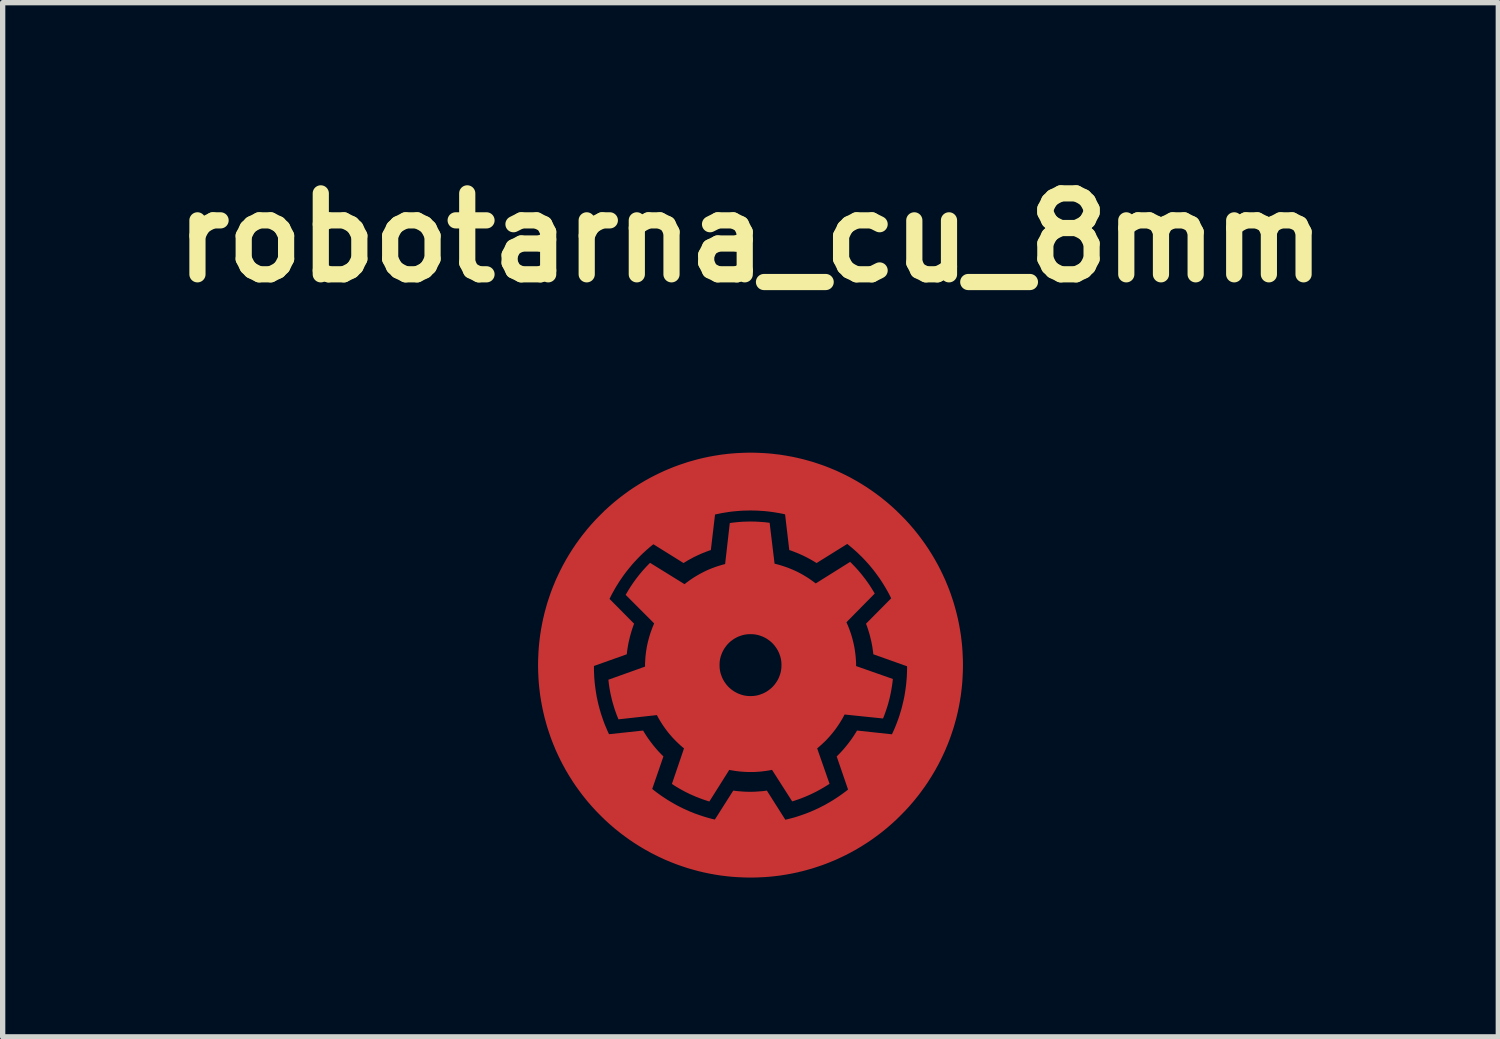
<source format=kicad_pcb>
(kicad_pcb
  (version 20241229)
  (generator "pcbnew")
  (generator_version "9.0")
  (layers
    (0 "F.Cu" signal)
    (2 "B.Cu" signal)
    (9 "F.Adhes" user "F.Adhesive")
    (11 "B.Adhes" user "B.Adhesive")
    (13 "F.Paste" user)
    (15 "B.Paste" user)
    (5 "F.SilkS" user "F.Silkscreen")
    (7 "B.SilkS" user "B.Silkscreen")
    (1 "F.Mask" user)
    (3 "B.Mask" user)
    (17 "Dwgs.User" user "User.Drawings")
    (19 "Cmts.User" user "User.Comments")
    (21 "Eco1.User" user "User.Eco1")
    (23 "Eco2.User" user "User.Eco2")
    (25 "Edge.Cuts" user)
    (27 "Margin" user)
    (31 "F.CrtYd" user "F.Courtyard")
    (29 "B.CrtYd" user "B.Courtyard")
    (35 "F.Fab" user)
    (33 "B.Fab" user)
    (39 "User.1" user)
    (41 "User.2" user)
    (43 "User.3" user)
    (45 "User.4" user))
  (footprint "robotarna_cu_8mm"
    (layer "F.Cu")
    (at 11.082 9.474)
    (property "Reference" "robotarna_cu_8mm" (at 0 -8.048 0) (layer "F.SilkS") (effects (font (size 1.524 1.524) (thickness 0.305))))
    (attr smd)
    (fp_poly (pts (xy -0.000007 0.583) (xy -2.645 0.491) (xy -2.637 0.533) (xy -2.628 0.575) (xy -2.618 0.617) (xy -2.608 0.659) (xy -2.597 0.7) (xy -2.585 0.741) (xy -2.573 0.782) (xy -2.56 0.823) (xy -2.547 0.863) (xy -2.532 0.903) (xy -2.518 0.943) (xy -2.502 0.982) (xy -2.487 1.021) (xy -1.763 0.941) (xy -1.743 0.979) (xy -1.722 1.016) (xy -1.7 1.053) (xy -1.677 1.09) (xy -1.654 1.126) (xy -1.63 1.161) (xy -1.605 1.196) (xy -1.579 1.231) (xy -1.553 1.265) (xy -1.526 1.298) (xy -1.498 1.33) (xy -1.47 1.362) (xy -1.44 1.394) (xy -1.411 1.424) (xy -1.38 1.454) (xy -1.349 1.484) (xy -1.317 1.513) (xy -1.285 1.541) (xy -1.252 1.568) (xy -1.48 2.238) (xy -1.444 2.261) (xy -1.408 2.284) (xy -1.371 2.306) (xy -1.334 2.328) (xy -1.296 2.349) (xy -1.258 2.37) (xy -1.22 2.39) (xy -1.181 2.409) (xy -1.142 2.428) (xy -1.102 2.446) (xy -1.063 2.463) (xy -1.023 2.48) (xy -0.982 2.496) (xy -0.941 2.512) (xy -0.9 2.527) (xy -0.859 2.541) (xy -0.817 2.555) (xy -0.775 2.568) (xy -0.4 1.973) (xy -0.357 1.981) (xy -0.314 1.988) (xy -0.27 1.995) (xy -0.226 2) (xy -0.182 2.005) (xy -0.137 2.008) (xy -0.092 2.011) (xy -0.047 2.013) (xy -0.001 2.013) (xy 0.04 2.013) (xy 0.082 2.012) (xy 0.123 2.009) (xy 0.164 2.007) (xy 0.205 2.003) (xy 0.245 1.998) (xy 0.286 1.993) (xy 0.326 1.987) (xy 0.365 1.98) (xy 0.405 1.972) (xy 0.785 2.566) (xy 0.827 2.553) (xy 0.868 2.539) (xy 0.909 2.525) (xy 0.95 2.51) (xy 0.991 2.494) (xy 1.031 2.478) (xy 1.071 2.461) (xy 1.111 2.443) (xy 1.15 2.425) (xy 1.189 2.406) (xy 1.228 2.387) (xy 1.266 2.367) (xy 1.304 2.346) (xy 1.341 2.325) (xy 1.378 2.303) (xy 1.415 2.281) (xy 1.452 2.258) (xy 1.488 2.235) (xy 1.255 1.568) (xy 1.288 1.54) (xy 1.321 1.511) (xy 1.353 1.482) (xy 1.385 1.452) (xy 1.416 1.422) (xy 1.446 1.39) (xy 1.475 1.359) (xy 1.504 1.326) (xy 1.532 1.293) (xy 1.559 1.259) (xy 1.586 1.225) (xy 1.612 1.19) (xy 1.637 1.154) (xy 1.661 1.118) (xy 1.685 1.082) (xy 1.708 1.044) (xy 1.73 1.007) (xy 1.751 0.968) (xy 1.771 0.93) (xy 2.495 1.005) (xy 2.511 0.966) (xy 2.526 0.927) (xy 2.54 0.887) (xy 2.554 0.847) (xy 2.567 0.807) (xy 2.58 0.767) (xy 2.592 0.726) (xy 2.603 0.685) (xy 2.614 0.643) (xy 2.624 0.602) (xy 2.633 0.56) (xy 2.642 0.518) (xy 2.65 0.476) (xy 2.657 0.433) (xy 2.664 0.391) (xy 2.67 0.348) (xy 2.676 0.305) (xy 2.68 0.261) (xy 1.988 0.018) (xy 1.988 -0.028) (xy 1.986 -0.074) (xy 1.983 -0.12) (xy 1.979 -0.166) (xy 1.974 -0.211) (xy 1.968 -0.256) (xy 1.962 -0.3) (xy 1.954 -0.345) (xy 1.945 -0.389) (xy 1.935 -0.432) (xy 1.924 -0.475) (xy 1.913 -0.518) (xy 1.9 -0.561) (xy 1.887 -0.603) (xy 1.872 -0.644) (xy 1.857 -0.686) (xy 1.841 -0.726) (xy 1.824 -0.767) (xy 1.806 -0.807) (xy 2.339 -1.348) (xy 2.316 -1.387) (xy 2.293 -1.425) (xy 2.269 -1.463) (xy 2.245 -1.5) (xy 2.22 -1.537) (xy 2.194 -1.574) (xy 2.168 -1.61) (xy 2.141 -1.645) (xy 2.114 -1.68) (xy 2.086 -1.715) (xy 2.058 -1.749) (xy 2.029 -1.783) (xy 1.999 -1.816) (xy 1.969 -1.849) (xy 1.938 -1.881) (xy 1.907 -1.913) (xy 1.876 -1.944) (xy 1.228 -1.538) (xy 1.194 -1.564) (xy 1.159 -1.589) (xy 1.124 -1.614) (xy 1.089 -1.638) (xy 1.052 -1.661) (xy 1.016 -1.683) (xy 0.979 -1.705) (xy 0.941 -1.726) (xy 0.903 -1.746) (xy 0.864 -1.765) (xy 0.825 -1.783) (xy 0.785 -1.801) (xy 0.745 -1.817) (xy 0.705 -1.833) (xy 0.664 -1.848) (xy 0.622 -1.862) (xy 0.581 -1.875) (xy 0.539 -1.888) (xy 0.496 -1.899) (xy 0.453 -1.91) (xy 0.36 -2.68) (xy 0.316 -2.685) (xy 0.272 -2.69) (xy 0.228 -2.694) (xy 0.184 -2.697) (xy 0.139 -2.7) (xy 0.095 -2.702) (xy 0.05 -2.703) (xy 0.005 -2.704) (xy -0.04 -2.703) (xy -0.084 -2.702) (xy -0.129 -2.701) (xy -0.173 -2.698) (xy -0.217 -2.695) (xy -0.26 -2.691) (xy -0.304 -2.686) (xy -0.347 -2.681) (xy -0.39 -2.675) (xy -0.478 -1.903) (xy -0.52 -1.892) (xy -0.562 -1.88) (xy -0.604 -1.867) (xy -0.645 -1.854) (xy -0.686 -1.839) (xy -0.726 -1.824) (xy -0.766 -1.808) (xy -0.806 -1.791) (xy -0.845 -1.773) (xy -0.883 -1.754) (xy -0.922 -1.734) (xy -0.959 -1.714) (xy -0.996 -1.693) (xy -1.033 -1.671) (xy -1.069 -1.649) (xy -1.105 -1.625) (xy -1.14 -1.601) (xy -1.175 -1.576) (xy -1.209 -1.551) (xy -1.242 -1.524) (xy -1.892 -1.926) (xy -1.923 -1.894) (xy -1.954 -1.862) (xy -1.985 -1.829) (xy -2.015 -1.796) (xy -2.044 -1.763) (xy -2.073 -1.728) (xy -2.101 -1.694) (xy -2.128 -1.659) (xy -2.156 -1.623) (xy -2.182 -1.587) (xy -2.208 -1.551) (xy -2.233 -1.514) (xy -2.258 -1.477) (xy -2.282 -1.439) (xy -2.305 -1.401) (xy -2.328 -1.362) (xy -2.351 -1.323) (xy -1.814 -0.785) (xy -1.831 -0.746) (xy -1.847 -0.706) (xy -1.862 -0.666) (xy -1.877 -0.626) (xy -1.89 -0.585) (xy -1.903 -0.544) (xy -1.915 -0.502) (xy -1.926 -0.46) (xy -1.936 -0.418) (xy -1.946 -0.375) (xy -1.954 -0.332) (xy -1.961 -0.288) (xy -1.968 -0.245) (xy -1.973 -0.201) (xy -1.978 -0.157) (xy -1.981 -0.112) (xy -1.984 -0.067) (xy -1.986 -0.022) (xy -1.986 0.023) (xy -1.986 0.028) (xy -2.676 0.275) (xy -2.671 0.319) (xy -2.666 0.362) (xy -2.66 0.405) (xy -2.653 0.448) (xy -2.645 0.491) (xy -0.000007 0.583) (xy -0.042 0.582) (xy -0.083 0.578) (xy -0.123 0.571) (xy -0.162 0.561) (xy -0.199 0.548) (xy -0.236 0.534) (xy -0.272 0.516) (xy -0.306 0.497) (xy -0.338 0.475) (xy -0.369 0.452) (xy -0.399 0.426) (xy -0.426 0.399) (xy -0.452 0.369) (xy -0.475 0.338) (xy -0.497 0.306) (xy -0.516 0.272) (xy -0.534 0.236) (xy -0.548 0.199) (xy -0.561 0.162) (xy -0.571 0.123) (xy -0.578 0.083) (xy -0.582 0.042) (xy -0.583 0.000013) (xy -0.582 -0.042) (xy -0.578 -0.083) (xy -0.571 -0.123) (xy -0.561 -0.162) (xy -0.548 -0.199) (xy -0.534 -0.236) (xy -0.516 -0.272) (xy -0.497 -0.306) (xy -0.475 -0.338) (xy -0.452 -0.369) (xy -0.426 -0.399) (xy -0.399 -0.426) (xy -0.369 -0.452) (xy -0.338 -0.475) (xy -0.306 -0.497) (xy -0.272 -0.516) (xy -0.236 -0.534) (xy -0.199 -0.548) (xy -0.162 -0.561) (xy -0.123 -0.571) (xy -0.083 -0.578) (xy -0.042 -0.582) (xy -0.000007 -0.583) (xy 0.042 -0.582) (xy 0.083 -0.578) (xy 0.123 -0.571) (xy 0.162 -0.561) (xy 0.199 -0.548) (xy 0.236 -0.534) (xy 0.272 -0.516) (xy 0.306 -0.497) (xy 0.338 -0.475) (xy 0.369 -0.452) (xy 0.399 -0.426) (xy 0.426 -0.399) (xy 0.452 -0.369) (xy 0.475 -0.338) (xy 0.497 -0.306) (xy 0.516 -0.272) (xy 0.534 -0.236) (xy 0.548 -0.199) (xy 0.561 -0.162) (xy 0.571 -0.123) (xy 0.578 -0.083) (xy 0.582 -0.042) (xy 0.583 0.000013) (xy 0.582 0.042) (xy 0.578 0.083) (xy 0.571 0.123) (xy 0.561 0.162) (xy 0.548 0.199) (xy 0.534 0.236) (xy 0.516 0.272) (xy 0.497 0.306) (xy 0.475 0.338) (xy 0.452 0.369) (xy 0.426 0.399) (xy 0.399 0.426) (xy 0.369 0.452) (xy 0.338 0.475) (xy 0.306 0.497) (xy 0.272 0.516) (xy 0.236 0.534) (xy 0.199 0.548) (xy 0.162 0.561) (xy 0.123 0.571) (xy 0.083 0.578) (xy 0.042 0.582) (xy -0.000007 0.583)) (stroke (width 0) (type solid)) (fill yes) (layer "F.Cu"))
    (fp_poly (pts (xy 2.663 1.303) (xy 0.591 3.957) (xy 0.632 3.95) (xy 0.673 3.944) (xy 0.714 3.936) (xy 0.755 3.929) (xy 0.796 3.921) (xy 0.837 3.912) (xy 0.877 3.904) (xy 0.917 3.894) (xy 0.957 3.885) (xy 0.997 3.875) (xy 1.037 3.864) (xy 1.077 3.853) (xy 1.116 3.842) (xy 1.155 3.831) (xy 1.194 3.819) (xy 1.233 3.806) (xy 1.272 3.793) (xy 1.311 3.78) (xy 1.349 3.767) (xy 1.387 3.753) (xy 1.425 3.739) (xy 1.463 3.724) (xy 1.501 3.709) (xy 1.538 3.693) (xy 1.576 3.678) (xy 1.613 3.662) (xy 1.65 3.645) (xy 1.686 3.628) (xy 1.723 3.611) (xy 1.759 3.593) (xy 1.795 3.576) (xy 1.831 3.557) (xy 1.867 3.539) (xy 1.902 3.52) (xy 1.937 3.5) (xy 1.972 3.481) (xy 2.007 3.461) (xy 2.042 3.44) (xy 2.076 3.42) (xy 2.11 3.399) (xy 2.144 3.377) (xy 2.178 3.356) (xy 2.211 3.334) (xy 2.245 3.311) (xy 2.278 3.289) (xy 2.31 3.266) (xy 2.343 3.242) (xy 2.375 3.219) (xy 2.407 3.195) (xy 2.439 3.171) (xy 2.471 3.146) (xy 2.502 3.121) (xy 2.533 3.096) (xy 2.564 3.071) (xy 2.594 3.045) (xy 2.624 3.019) (xy 2.654 2.993) (xy 2.684 2.966) (xy 2.713 2.939) (xy 2.743 2.912) (xy 2.771 2.884) (xy 2.8 2.856) (xy 2.828 2.828) (xy 2.856 2.8) (xy 2.884 2.771) (xy 2.912 2.743) (xy 2.939 2.713) (xy 2.966 2.684) (xy 2.993 2.654) (xy 3.019 2.624) (xy 3.045 2.594) (xy 3.071 2.564) (xy 3.096 2.533) (xy 3.121 2.502) (xy 3.146 2.471) (xy 3.171 2.439) (xy 3.195 2.407) (xy 3.219 2.375) (xy 3.242 2.343) (xy 3.266 2.31) (xy 3.289 2.278) (xy 3.311 2.245) (xy 3.334 2.212) (xy 3.356 2.178) (xy 3.377 2.144) (xy 3.399 2.11) (xy 3.42 2.076) (xy 3.44 2.042) (xy 3.461 2.007) (xy 3.481 1.973) (xy 3.5 1.937) (xy 3.52 1.902) (xy 3.539 1.867) (xy 3.557 1.831) (xy 3.576 1.795) (xy 3.593 1.759) (xy 3.611 1.723) (xy 3.628 1.686) (xy 3.645 1.65) (xy 3.662 1.613) (xy 3.678 1.576) (xy 3.693 1.538) (xy 3.709 1.501) (xy 3.724 1.463) (xy 3.739 1.425) (xy 3.753 1.387) (xy 3.767 1.349) (xy 3.78 1.311) (xy 3.793 1.272) (xy 3.806 1.233) (xy 3.819 1.194) (xy 3.831 1.155) (xy 3.842 1.116) (xy 3.853 1.077) (xy 3.864 1.037) (xy 3.875 0.997) (xy 3.885 0.957) (xy 3.894 0.917) (xy 3.904 0.877) (xy 3.912 0.837) (xy 3.921 0.796) (xy 3.929 0.755) (xy 3.936 0.714) (xy 3.944 0.673) (xy 3.95 0.632) (xy 3.957 0.591) (xy 3.963 0.55) (xy 3.968 0.508) (xy 3.973 0.466) (xy 3.978 0.425) (xy 3.982 0.383) (xy 3.986 0.341) (xy 3.989 0.299) (xy 3.992 0.256) (xy 3.994 0.214) (xy 3.996 0.171) (xy 3.998 0.129) (xy 3.999 0.086) (xy 4 0.043) (xy 4 0.000011) (xy 4 -0.043) (xy 3.999 -0.086) (xy 3.998 -0.129) (xy 3.996 -0.171) (xy 3.994 -0.214) (xy 3.992 -0.256) (xy 3.989 -0.299) (xy 3.986 -0.341) (xy 3.982 -0.383) (xy 3.978 -0.425) (xy 3.973 -0.466) (xy 3.968 -0.508) (xy 3.963 -0.55) (xy 3.957 -0.591) (xy 3.95 -0.632) (xy 3.944 -0.673) (xy 3.936 -0.714) (xy 3.929 -0.755) (xy 3.921 -0.796) (xy 3.912 -0.837) (xy 3.904 -0.877) (xy 3.894 -0.917) (xy 3.885 -0.957) (xy 3.875 -0.997) (xy 3.864 -1.037) (xy 3.853 -1.077) (xy 3.842 -1.116) (xy 3.831 -1.155) (xy 3.819 -1.194) (xy 3.806 -1.233) (xy 3.793 -1.272) (xy 3.78 -1.311) (xy 3.767 -1.349) (xy 3.753 -1.387) (xy 3.739 -1.425) (xy 3.724 -1.463) (xy 3.709 -1.501) (xy 3.693 -1.538) (xy 3.678 -1.576) (xy 3.662 -1.613) (xy 3.645 -1.65) (xy 3.628 -1.686) (xy 3.611 -1.723) (xy 3.593 -1.759) (xy 3.576 -1.795) (xy 3.557 -1.831) (xy 3.539 -1.867) (xy 3.52 -1.902) (xy 3.5 -1.937) (xy 3.481 -1.972) (xy 3.461 -2.007) (xy 3.44 -2.042) (xy 3.42 -2.076) (xy 3.399 -2.11) (xy 3.377 -2.144) (xy 3.356 -2.178) (xy 3.334 -2.211) (xy 3.311 -2.245) (xy 3.289 -2.278) (xy 3.266 -2.31) (xy 3.242 -2.343) (xy 3.219 -2.375) (xy 3.195 -2.407) (xy 3.171 -2.439) (xy 3.146 -2.471) (xy 3.121 -2.502) (xy 3.096 -2.533) (xy 3.071 -2.564) (xy 3.045 -2.594) (xy 3.019 -2.624) (xy 2.993 -2.654) (xy 2.966 -2.684) (xy 2.939 -2.713) (xy 2.912 -2.743) (xy 2.884 -2.771) (xy 2.856 -2.8) (xy 2.828 -2.828) (xy 2.8 -2.856) (xy 2.771 -2.884) (xy 2.743 -2.912) (xy 2.713 -2.939) (xy 2.684 -2.966) (xy 2.654 -2.993) (xy 2.624 -3.019) (xy 2.594 -3.045) (xy 2.564 -3.071) (xy 2.533 -3.096) (xy 2.502 -3.121) (xy 2.471 -3.146) (xy 2.439 -3.171) (xy 2.407 -3.195) (xy 2.375 -3.219) (xy 2.343 -3.242) (xy 2.31 -3.266) (xy 2.278 -3.289) (xy 2.245 -3.311) (xy 2.211 -3.334) (xy 2.178 -3.356) (xy 2.144 -3.377) (xy 2.11 -3.399) (xy 2.076 -3.42) (xy 2.042 -3.44) (xy 2.007 -3.461) (xy 1.972 -3.481) (xy 1.937 -3.5) (xy 1.902 -3.52) (xy 1.867 -3.539) (xy 1.831 -3.557) (xy 1.795 -3.576) (xy 1.759 -3.593) (xy 1.723 -3.611) (xy 1.686 -3.628) (xy 1.65 -3.645) (xy 1.613 -3.662) (xy 1.576 -3.678) (xy 1.538 -3.693) (xy 1.501 -3.709) (xy 1.463 -3.724) (xy 1.425 -3.739) (xy 1.387 -3.753) (xy 1.349 -3.767) (xy 1.311 -3.78) (xy 1.272 -3.793) (xy 1.233 -3.806) (xy 1.194 -3.819) (xy 1.155 -3.831) (xy 1.116 -3.842) (xy 1.077 -3.853) (xy 1.037 -3.864) (xy 0.997 -3.875) (xy 0.957 -3.885) (xy 0.917 -3.894) (xy 0.877 -3.904) (xy 0.837 -3.912) (xy 0.796 -3.921) (xy 0.755 -3.929) (xy 0.714 -3.936) (xy 0.673 -3.944) (xy 0.632 -3.95) (xy 0.591 -3.957) (xy 0.55 -3.963) (xy 0.508 -3.968) (xy 0.466 -3.973) (xy 0.425 -3.978) (xy 0.383 -3.982) (xy 0.341 -3.986) (xy 0.299 -3.989) (xy 0.256 -3.992) (xy 0.214 -3.994) (xy 0.171 -3.996) (xy 0.129 -3.998) (xy 0.086 -3.999) (xy 0.043 -4) (xy -0.000011 -4) (xy -0.043 -4) (xy -0.086 -3.999) (xy -0.129 -3.998) (xy -0.171 -3.996) (xy -0.214 -3.994) (xy -0.256 -3.992) (xy -0.299 -3.989) (xy -0.341 -3.986) (xy -0.383 -3.982) (xy -0.425 -3.978) (xy -0.466 -3.973) (xy -0.508 -3.968) (xy -0.55 -3.963) (xy -0.591 -3.957) (xy -0.632 -3.95) (xy -0.673 -3.944) (xy -0.714 -3.936) (xy -0.755 -3.929) (xy -0.796 -3.921) (xy -0.837 -3.912) (xy -0.877 -3.904) (xy -0.917 -3.894) (xy -0.957 -3.885) (xy -0.997 -3.875) (xy -1.037 -3.864) (xy -1.077 -3.853) (xy -1.116 -3.842) (xy -1.155 -3.831) (xy -1.194 -3.819) (xy -1.233 -3.806) (xy -1.272 -3.793) (xy -1.311 -3.78) (xy -1.349 -3.767) (xy -1.387 -3.753) (xy -1.425 -3.739) (xy -1.463 -3.724) (xy -1.501 -3.709) (xy -1.538 -3.693) (xy -1.576 -3.678) (xy -1.613 -3.662) (xy -1.65 -3.645) (xy -1.686 -3.628) (xy -1.723 -3.611) (xy -1.759 -3.593) (xy -1.795 -3.576) (xy -1.831 -3.557) (xy -1.867 -3.539) (xy -1.902 -3.52) (xy -1.937 -3.5) (xy -1.973 -3.481) (xy -2.007 -3.461) (xy -2.042 -3.44) (xy -2.076 -3.42) (xy -2.11 -3.399) (xy -2.144 -3.377) (xy -2.178 -3.356) (xy -2.212 -3.334) (xy -2.245 -3.311) (xy -2.278 -3.289) (xy -2.31 -3.266) (xy -2.343 -3.242) (xy -2.375 -3.219) (xy -2.407 -3.195) (xy -2.439 -3.171) (xy -2.471 -3.146) (xy -2.502 -3.121) (xy -2.533 -3.096) (xy -2.564 -3.071) (xy -2.594 -3.045) (xy -2.624 -3.019) (xy -2.654 -2.993) (xy -2.684 -2.966) (xy -2.713 -2.939) (xy -2.743 -2.912) (xy -2.771 -2.884) (xy -2.8 -2.856) (xy -2.828 -2.828) (xy -2.856 -2.8) (xy -2.884 -2.771) (xy -2.912 -2.743) (xy -2.939 -2.713) (xy -2.966 -2.684) (xy -2.993 -2.654) (xy -3.019 -2.624) (xy -3.045 -2.594) (xy -3.071 -2.564) (xy -3.096 -2.533) (xy -3.121 -2.502) (xy -3.146 -2.471) (xy -3.171 -2.439) (xy -3.195 -2.407) (xy -3.219 -2.375) (xy -3.242 -2.343) (xy -3.266 -2.31) (xy -3.289 -2.278) (xy -3.311 -2.245) (xy -3.334 -2.211) (xy -3.356 -2.178) (xy -3.377 -2.144) (xy -3.399 -2.11) (xy -3.42 -2.076) (xy -3.44 -2.042) (xy -3.461 -2.007) (xy -3.481 -1.972) (xy -3.5 -1.937) (xy -3.52 -1.902) (xy -3.539 -1.867) (xy -3.557 -1.831) (xy -3.576 -1.795) (xy -3.593 -1.759) (xy -3.611 -1.723) (xy -3.628 -1.686) (xy -3.645 -1.65) (xy -3.662 -1.613) (xy -3.678 -1.576) (xy -3.693 -1.538) (xy -3.709 -1.501) (xy -3.724 -1.463) (xy -3.739 -1.425) (xy -3.753 -1.387) (xy -3.767 -1.349) (xy -3.78 -1.311) (xy -3.793 -1.272) (xy -3.806 -1.233) (xy -3.819 -1.194) (xy -3.831 -1.155) (xy -3.842 -1.116) (xy -3.853 -1.077) (xy -3.864 -1.037) (xy -3.875 -0.997) (xy -3.885 -0.957) (xy -3.894 -0.917) (xy -3.904 -0.877) (xy -3.912 -0.837) (xy -3.921 -0.796) (xy -3.929 -0.755) (xy -3.936 -0.714) (xy -3.944 -0.673) (xy -3.95 -0.632) (xy -3.957 -0.591) (xy -3.963 -0.55) (xy -3.968 -0.508) (xy -3.973 -0.466) (xy -3.978 -0.425) (xy -3.982 -0.383) (xy -3.986 -0.341) (xy -3.989 -0.299) (xy -3.992 -0.256) (xy -3.994 -0.214) (xy -3.996 -0.171) (xy -3.998 -0.129) (xy -3.999 -0.086) (xy -4 -0.043) (xy -4 0.000011) (xy -4 0.043) (xy -3.999 0.086) (xy -3.998 0.129) (xy -3.996 0.171) (xy -3.994 0.214) (xy -3.992 0.256) (xy -3.989 0.299) (xy -3.986 0.341) (xy -3.982 0.383) (xy -3.978 0.425) (xy -3.973 0.466) (xy -3.968 0.508) (xy -3.963 0.55) (xy -3.957 0.591) (xy -3.95 0.632) (xy -3.944 0.673) (xy -3.936 0.714) (xy -3.929 0.755) (xy -3.921 0.796) (xy -3.912 0.837) (xy -3.904 0.877) (xy -3.894 0.917) (xy -3.885 0.957) (xy -3.875 0.997) (xy -3.864 1.037) (xy -3.853 1.077) (xy -3.842 1.116) (xy -3.831 1.155) (xy -3.819 1.194) (xy -3.806 1.233) (xy -3.793 1.272) (xy -3.78 1.311) (xy -3.767 1.349) (xy -3.753 1.387) (xy -3.739 1.425) (xy -3.724 1.463) (xy -3.709 1.501) (xy -3.693 1.538) (xy -3.678 1.576) (xy -3.662 1.613) (xy -3.645 1.65) (xy -3.628 1.686) (xy -3.611 1.723) (xy -3.593 1.759) (xy -3.576 1.795) (xy -3.557 1.831) (xy -3.539 1.867) (xy -3.52 1.902) (xy -3.5 1.937) (xy -3.481 1.973) (xy -3.461 2.007) (xy -3.44 2.042) (xy -3.42 2.076) (xy -3.399 2.11) (xy -3.377 2.144) (xy -3.356 2.178) (xy -3.334 2.212) (xy -3.311 2.245) (xy -3.289 2.278) (xy -3.266 2.31) (xy -3.242 2.343) (xy -3.219 2.375) (xy -3.195 2.407) (xy -3.171 2.439) (xy -3.146 2.471) (xy -3.121 2.502) (xy -3.096 2.533) (xy -3.071 2.564) (xy -3.045 2.594) (xy -3.019 2.624) (xy -2.993 2.654) (xy -2.966 2.684) (xy -2.939 2.713) (xy -2.912 2.743) (xy -2.884 2.771) (xy -2.856 2.8) (xy -2.828 2.828) (xy -2.8 2.856) (xy -2.771 2.884) (xy -2.743 2.912) (xy -2.713 2.939) (xy -2.684 2.966) (xy -2.654 2.993) (xy -2.624 3.019) (xy -2.594 3.045) (xy -2.564 3.071) (xy -2.533 3.096) (xy -2.502 3.121) (xy -2.471 3.146) (xy -2.439 3.171) (xy -2.407 3.195) (xy -2.375 3.219) (xy -2.343 3.242) (xy -2.31 3.266) (xy -2.278 3.289) (xy -2.245 3.311) (xy -2.212 3.334) (xy -2.178 3.356) (xy -2.144 3.377) (xy -2.11 3.399) (xy -2.076 3.42) (xy -2.042 3.44) (xy -2.007 3.461) (xy -1.973 3.481) (xy -1.937 3.5) (xy -1.902 3.52) (xy -1.867 3.539) (xy -1.831 3.557) (xy -1.795 3.576) (xy -1.759 3.593) (xy -1.723 3.611) (xy -1.686 3.628) (xy -1.65 3.645) (xy -1.613 3.662) (xy -1.576 3.678) (xy -1.538 3.693) (xy -1.501 3.709) (xy -1.463 3.724) (xy -1.425 3.739) (xy -1.387 3.753) (xy -1.349 3.767) (xy -1.311 3.78) (xy -1.272 3.793) (xy -1.233 3.806) (xy -1.194 3.819) (xy -1.155 3.831) (xy -1.116 3.842) (xy -1.077 3.853) (xy -1.037 3.864) (xy -0.997 3.875) (xy -0.957 3.885) (xy -0.917 3.894) (xy -0.877 3.904) (xy -0.837 3.912) (xy -0.796 3.921) (xy -0.755 3.929) (xy -0.714 3.936) (xy -0.673 3.944) (xy -0.632 3.95) (xy -0.591 3.957) (xy -0.55 3.963) (xy -0.508 3.968) (xy -0.466 3.973) (xy -0.425 3.978) (xy -0.383 3.982) (xy -0.341 3.986) (xy -0.299 3.989) (xy -0.256 3.992) (xy -0.214 3.994) (xy -0.171 3.996) (xy -0.129 3.998) (xy -0.086 3.999) (xy -0.043 4) (xy -0.000011 4) (xy 0.043 4) (xy 0.086 3.999) (xy 0.129 3.998) (xy 0.171 3.996) (xy 0.214 3.994) (xy 0.256 3.992) (xy 0.299 3.989) (xy 0.341 3.986) (xy 0.383 3.982) (xy 0.425 3.978) (xy 0.466 3.973) (xy 0.508 3.968) (xy 0.55 3.963) (xy 0.591 3.957) (xy 2.663 1.303) (xy 2.006 1.232) (xy 1.983 1.27) (xy 1.959 1.308) (xy 1.935 1.345) (xy 1.91 1.382) (xy 1.884 1.418) (xy 1.857 1.454) (xy 1.83 1.489) (xy 1.802 1.524) (xy 1.774 1.558) (xy 1.745 1.592) (xy 1.715 1.625) (xy 1.685 1.657) (xy 1.654 1.689) (xy 1.623 1.72) (xy 1.837 2.343) (xy 1.803 2.37) (xy 1.768 2.396) (xy 1.733 2.422) (xy 1.698 2.447) (xy 1.662 2.472) (xy 1.626 2.496) (xy 1.589 2.52) (xy 1.552 2.544) (xy 1.515 2.566) (xy 1.477 2.589) (xy 1.439 2.61) (xy 1.401 2.632) (xy 1.362 2.652) (xy 1.323 2.672) (xy 1.284 2.692) (xy 1.244 2.71) (xy 1.204 2.729) (xy 1.164 2.746) (xy 1.123 2.764) (xy 1.082 2.78) (xy 1.041 2.796) (xy 0.999 2.811) (xy 0.957 2.826) (xy 0.915 2.84) (xy 0.873 2.854) (xy 0.83 2.867) (xy 0.787 2.879) (xy 0.744 2.89) (xy 0.7 2.901) (xy 0.656 2.912) (xy 0.308 2.363) (xy 0.269 2.368) (xy 0.23 2.373) (xy 0.191 2.376) (xy 0.151 2.379) (xy 0.112 2.382) (xy 0.072 2.384) (xy 0.032 2.385) (xy -0.009 2.385) (xy -0.049 2.385) (xy -0.089 2.384) (xy -0.129 2.382) (xy -0.168 2.379) (xy -0.208 2.376) (xy -0.247 2.373) (xy -0.287 2.368) (xy -0.325 2.363) (xy -0.671 2.908) (xy -0.715 2.898) (xy -0.759 2.887) (xy -0.802 2.875) (xy -0.845 2.862) (xy -0.888 2.849) (xy -0.93 2.835) (xy -0.972 2.821) (xy -1.014 2.806) (xy -1.056 2.791) (xy -1.097 2.774) (xy -1.138 2.758) (xy -1.178 2.74) (xy -1.219 2.722) (xy -1.259 2.704) (xy -1.298 2.685) (xy -1.338 2.665) (xy -1.377 2.645) (xy -1.415 2.624) (xy -1.454 2.602) (xy -1.492 2.58) (xy -1.529 2.558) (xy -1.567 2.535) (xy -1.603 2.511) (xy -1.64 2.487) (xy -1.676 2.463) (xy -1.712 2.437) (xy -1.747 2.412) (xy -1.782 2.386) (xy -1.817 2.359) (xy -1.851 2.332) (xy -1.64 1.72) (xy -1.671 1.689) (xy -1.702 1.657) (xy -1.733 1.625) (xy -1.762 1.592) (xy -1.791 1.558) (xy -1.82 1.524) (xy -1.847 1.489) (xy -1.874 1.454) (xy -1.901 1.418) (xy -1.927 1.382) (xy -1.952 1.345) (xy -1.976 1.308) (xy -2 1.27) (xy -2.023 1.232) (xy -2.664 1.301) (xy -2.682 1.263) (xy -2.7 1.224) (xy -2.716 1.185) (xy -2.733 1.145) (xy -2.749 1.106) (xy -2.764 1.066) (xy -2.778 1.026) (xy -2.792 0.985) (xy -2.806 0.945) (xy -2.819 0.904) (xy -2.831 0.862) (xy -2.843 0.821) (xy -2.854 0.779) (xy -2.865 0.737) (xy -2.875 0.695) (xy -2.884 0.652) (xy -2.893 0.61) (xy -2.901 0.567) (xy -2.908 0.524) (xy -2.915 0.48) (xy -2.921 0.437) (xy -2.927 0.393) (xy -2.932 0.349) (xy -2.936 0.305) (xy -2.94 0.261) (xy -2.943 0.216) (xy -2.945 0.172) (xy -2.947 0.127) (xy -2.948 0.082) (xy -2.948 0.037) (xy -2.948 0.016) (xy -2.33 -0.204) (xy -2.325 -0.247) (xy -2.32 -0.289) (xy -2.313 -0.332) (xy -2.306 -0.374) (xy -2.298 -0.416) (xy -2.289 -0.457) (xy -2.279 -0.499) (xy -2.269 -0.54) (xy -2.258 -0.581) (xy -2.246 -0.621) (xy -2.234 -0.661) (xy -2.221 -0.701) (xy -2.207 -0.741) (xy -2.192 -0.78) (xy -2.655 -1.247) (xy -2.635 -1.287) (xy -2.615 -1.327) (xy -2.594 -1.366) (xy -2.572 -1.405) (xy -2.55 -1.444) (xy -2.528 -1.482) (xy -2.504 -1.52) (xy -2.481 -1.557) (xy -2.456 -1.595) (xy -2.431 -1.631) (xy -2.406 -1.668) (xy -2.38 -1.704) (xy -2.354 -1.739) (xy -2.327 -1.774) (xy -2.299 -1.809) (xy -2.271 -1.843) (xy -2.243 -1.877) (xy -2.214 -1.911) (xy -2.184 -1.944) (xy -2.154 -1.976) (xy -2.124 -2.008) (xy -2.093 -2.04) (xy -2.062 -2.071) (xy -2.03 -2.102) (xy -1.997 -2.132) (xy -1.965 -2.162) (xy -1.931 -2.191) (xy -1.898 -2.22) (xy -1.864 -2.248) (xy -1.829 -2.276) (xy -1.261 -1.922) (xy -1.224 -1.945) (xy -1.187 -1.968) (xy -1.149 -1.989) (xy -1.11 -2.01) (xy -1.072 -2.031) (xy -1.032 -2.05) (xy -0.993 -2.069) (xy -0.953 -2.087) (xy -0.912 -2.105) (xy -0.871 -2.121) (xy -0.83 -2.137) (xy -0.789 -2.153) (xy -0.747 -2.167) (xy -0.668 -2.836) (xy -0.625 -2.845) (xy -0.582 -2.854) (xy -0.538 -2.863) (xy -0.495 -2.87) (xy -0.451 -2.877) (xy -0.407 -2.884) (xy -0.362 -2.89) (xy -0.318 -2.895) (xy -0.273 -2.899) (xy -0.228 -2.903) (xy -0.183 -2.906) (xy -0.137 -2.909) (xy -0.092 -2.91) (xy -0.046 -2.911) (xy -0.000011 -2.912) (xy 0.045 -2.911) (xy 0.089 -2.91) (xy 0.133 -2.909) (xy 0.178 -2.906) (xy 0.222 -2.903) (xy 0.265 -2.9) (xy 0.309 -2.896) (xy 0.352 -2.891) (xy 0.396 -2.885) (xy 0.439 -2.879) (xy 0.482 -2.872) (xy 0.524 -2.865) (xy 0.567 -2.857) (xy 0.609 -2.849) (xy 0.651 -2.839) (xy 0.73 -2.167) (xy 0.772 -2.153) (xy 0.813 -2.137) (xy 0.854 -2.121) (xy 0.895 -2.105) (xy 0.936 -2.087) (xy 0.976 -2.069) (xy 1.015 -2.05) (xy 1.054 -2.031) (xy 1.093 -2.01) (xy 1.132 -1.989) (xy 1.169 -1.968) (xy 1.207 -1.945) (xy 1.244 -1.922) (xy 1.822 -2.282) (xy 1.856 -2.254) (xy 1.89 -2.226) (xy 1.924 -2.197) (xy 1.957 -2.168) (xy 1.99 -2.139) (xy 2.022 -2.109) (xy 2.054 -2.078) (xy 2.086 -2.047) (xy 2.117 -2.016) (xy 2.147 -1.984) (xy 2.177 -1.952) (xy 2.207 -1.919) (xy 2.236 -1.886) (xy 2.264 -1.852) (xy 2.292 -1.818) (xy 2.32 -1.783) (xy 2.347 -1.748) (xy 2.373 -1.713) (xy 2.399 -1.677) (xy 2.425 -1.641) (xy 2.45 -1.604) (xy 2.474 -1.567) (xy 2.498 -1.53) (xy 2.521 -1.492) (xy 2.544 -1.454) (xy 2.566 -1.416) (xy 2.588 -1.377) (xy 2.609 -1.338) (xy 2.629 -1.298) (xy 2.649 -1.258) (xy 2.175 -0.78) (xy 2.19 -0.741) (xy 2.204 -0.701) (xy 2.217 -0.661) (xy 2.229 -0.621) (xy 2.241 -0.581) (xy 2.252 -0.54) (xy 2.262 -0.499) (xy 2.272 -0.457) (xy 2.281 -0.416) (xy 2.289 -0.374) (xy 2.296 -0.332) (xy 2.302 -0.289) (xy 2.308 -0.247) (xy 2.313 -0.204) (xy 2.948 0.022) (xy 2.948 0.037) (xy 2.948 0.082) (xy 2.947 0.127) (xy 2.945 0.172) (xy 2.943 0.217) (xy 2.94 0.261) (xy 2.936 0.306) (xy 2.932 0.35) (xy 2.927 0.394) (xy 2.921 0.438) (xy 2.915 0.481) (xy 2.908 0.525) (xy 2.901 0.568) (xy 2.893 0.611) (xy 2.884 0.653) (xy 2.874 0.696) (xy 2.864 0.738) (xy 2.854 0.78) (xy 2.843 0.822) (xy 2.831 0.863) (xy 2.818 0.905) (xy 2.806 0.946) (xy 2.792 0.987) (xy 2.778 1.027) (xy 2.763 1.067) (xy 2.748 1.107) (xy 2.732 1.147) (xy 2.716 1.186) (xy 2.699 1.225) (xy 2.681 1.264) (xy 2.663 1.303)) (stroke (width 0) (type solid)) (fill yes) (layer "F.Cu")))
  (gr_rect
    (start -3 -3)
    (end 25.163 16.474)
    (stroke (width 0.1) (type default))
    (fill no)
    (layer "Edge.Cuts")))
</source>
